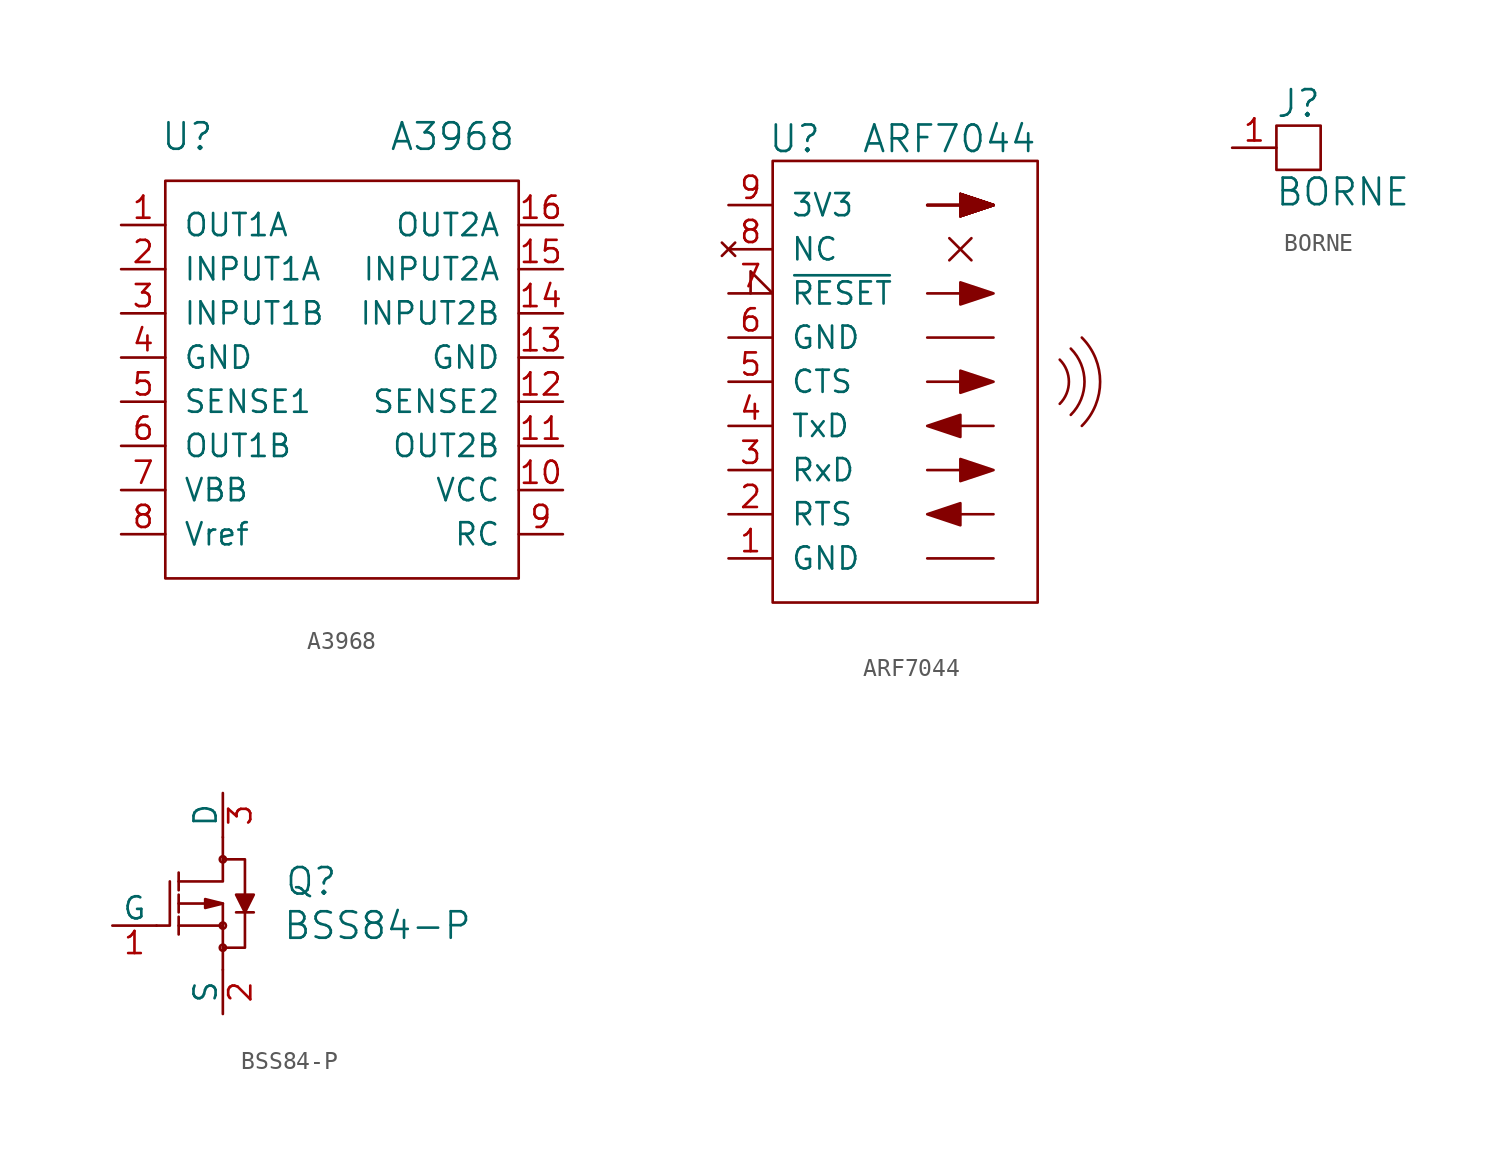
<source format=kicad_sym>
(kicad_symbol_lib
  (version 20211014)
  (generator kicad_symbol_editor)
  (symbol "A3968"
    (pin_names
      (offset 1.016))
    (property "Reference" "U"
      (at -8.89 13.97 0)
      (effects (font (size 1.524 1.524))))
    (property "Value" "A3968"
      (at 6.35 13.97 0)
      (effects (font (size 1.524 1.524))))
    (property "Footprint" ""
      (at 0 0 0)
      (effects (font (size 1.524 1.524))))
    (property "Datasheet" ""
      (at 0 0 0)
      (effects (font (size 1.524 1.524))))
    (symbol "A3968_0_1"
      (rectangle (start -10.16 11.43) (end 10.16 -11.43) (stroke (width 0) (type default) (color 0 0 0 0)) (fill (type none))))
    (symbol "A3968_1_1"
      (pin output line (at -12.7 8.89 0) (length 2.54) (name "OUT1A" (effects (font (size 1.27 1.27)))) (number "1" (effects (font (size 1.27 1.27)))))
      (pin power_in line (at 12.7 -6.35 180) (length 2.54) (name "VCC" (effects (font (size 1.27 1.27)))) (number "10" (effects (font (size 1.27 1.27)))))
      (pin output line (at 12.7 -3.81 180) (length 2.54) (name "OUT2B" (effects (font (size 1.27 1.27)))) (number "11" (effects (font (size 1.27 1.27)))))
      (pin passive line (at 12.7 -1.27 180) (length 2.54) (name "SENSE2" (effects (font (size 1.27 1.27)))) (number "12" (effects (font (size 1.27 1.27)))))
      (pin power_in line (at 12.7 1.27 180) (length 2.54) (name "GND" (effects (font (size 1.27 1.27)))) (number "13" (effects (font (size 1.27 1.27)))))
      (pin input line (at 12.7 3.81 180) (length 2.54) (name "INPUT2B" (effects (font (size 1.27 1.27)))) (number "14" (effects (font (size 1.27 1.27)))))
      (pin input line (at 12.7 6.35 180) (length 2.54) (name "INPUT2A" (effects (font (size 1.27 1.27)))) (number "15" (effects (font (size 1.27 1.27)))))
      (pin output line (at 12.7 8.89 180) (length 2.54) (name "OUT2A" (effects (font (size 1.27 1.27)))) (number "16" (effects (font (size 1.27 1.27)))))
      (pin input line (at -12.7 6.35 0) (length 2.54) (name "INPUT1A" (effects (font (size 1.27 1.27)))) (number "2" (effects (font (size 1.27 1.27)))))
      (pin input line (at -12.7 3.81 0) (length 2.54) (name "INPUT1B" (effects (font (size 1.27 1.27)))) (number "3" (effects (font (size 1.27 1.27)))))
      (pin power_in line (at -12.7 1.27 0) (length 2.54) (name "GND" (effects (font (size 1.27 1.27)))) (number "4" (effects (font (size 1.27 1.27)))))
      (pin passive line (at -12.7 -1.27 0) (length 2.54) (name "SENSE1" (effects (font (size 1.27 1.27)))) (number "5" (effects (font (size 1.27 1.27)))))
      (pin output line (at -12.7 -3.81 0) (length 2.54) (name "OUT1B" (effects (font (size 1.27 1.27)))) (number "6" (effects (font (size 1.27 1.27)))))
      (pin power_in line (at -12.7 -6.35 0) (length 2.54) (name "VBB" (effects (font (size 1.27 1.27)))) (number "7" (effects (font (size 1.27 1.27)))))
      (pin passive line (at -12.7 -8.89 0) (length 2.54) (name "Vref" (effects (font (size 1.27 1.27)))) (number "8" (effects (font (size 1.27 1.27)))))
      (pin passive line (at 12.7 -8.89 180) (length 2.54) (name "RC" (effects (font (size 1.27 1.27)))) (number "9" (effects (font (size 1.27 1.27)))))))
  (symbol "ARF7044"
    (pin_names
      (offset 1.016))
    (property "Reference" "U"
      (at -6.35 13.97 0)
      (effects (font (size 1.524 1.524))))
    (property "Value" "ARF7044"
      (at 2.54 13.97 0)
      (effects (font (size 1.524 1.524))))
    (property "Footprint" ""
      (at 0 0 0)
      (effects (font (size 1.524 1.524))))
    (property "Datasheet" ""
      (at 0 0 0)
      (effects (font (size 1.524 1.524))))
    (symbol "ARF7044_0_1"
      (rectangle (start -7.62 12.7) (end 7.62 -12.7) (stroke (width 0) (type default) (color 0 0 0 0)) (fill (type none)))
      (polyline (pts (xy 1.27 -10.16) (xy 5.08 -10.16)) (stroke (width 0) (type default) (color 0 0 0 0)) (fill (type none)))
      (polyline (pts (xy 1.27 2.54) (xy 5.08 2.54)) (stroke (width 0) (type default) (color 0 0 0 0)) (fill (type none)))
      (polyline (pts (xy 1.27 10.16) (xy 5.08 10.16)) (stroke (width 0) (type default) (color 0 0 0 0)) (fill (type none)))
      (polyline (pts (xy 1.27 10.16) (xy 5.08 10.16)) (stroke (width 0) (type default) (color 0 0 0 0)) (fill (type none)))
      (polyline (pts (xy 1.27 10.16) (xy 5.08 10.16)) (stroke (width 0) (type default) (color 0 0 0 0)) (fill (type none)))
      (polyline (pts (xy 1.27 10.16) (xy 5.08 10.16)) (stroke (width 0) (type default) (color 0 0 0 0)) (fill (type none)))
      (polyline (pts (xy 2.54 6.985) (xy 3.81 8.255)) (stroke (width 0) (type default) (color 0 0 0 0)) (fill (type none)))
      (polyline (pts (xy 2.54 8.255) (xy 3.81 6.985)) (stroke (width 0) (type default) (color 0 0 0 0)) (fill (type none)))
      (polyline (pts (xy 5.08 10.16) (xy 3.175 10.795) (xy 3.175 9.525) (xy 5.08 10.16)) (stroke (width 0) (type default) (color 0 0 0 0)) (fill (type outline)))
      (polyline (pts (xy 5.08 10.16) (xy 3.175 10.795) (xy 3.175 9.525) (xy 5.08 10.16)) (stroke (width 0) (type default) (color 0 0 0 0)) (fill (type outline)))
      (polyline (pts (xy 5.08 10.16) (xy 3.175 10.795) (xy 3.175 9.525) (xy 5.08 10.16)) (stroke (width 0) (type default) (color 0 0 0 0)) (fill (type outline)))
      (polyline (pts (xy 5.08 10.16) (xy 3.175 10.795) (xy 3.175 9.525) (xy 5.08 10.16)) (stroke (width 0) (type default) (color 0 0 0 0)) (fill (type outline)))
      (polyline (pts (xy 5.08 10.16) (xy 3.175 10.795) (xy 3.175 9.525) (xy 5.08 10.16)) (stroke (width 0) (type default) (color 0 0 0 0)) (fill (type outline)))
      (polyline (pts (xy 5.08 10.16) (xy 3.175 10.795) (xy 3.175 9.525) (xy 5.08 10.16)) (stroke (width 0) (type default) (color 0 0 0 0)) (fill (type outline)))
      (polyline (pts (xy 5.08 10.16) (xy 3.175 10.795) (xy 3.175 9.525) (xy 5.08 10.16)) (stroke (width 0) (type default) (color 0 0 0 0)) (fill (type outline)))
      (polyline (pts (xy 5.08 10.16) (xy 3.175 10.795) (xy 3.175 9.525) (xy 5.08 10.16)) (stroke (width 0) (type default) (color 0 0 0 0)) (fill (type outline)))
      (polyline (pts (xy 1.27 -5.08) (xy 5.08 -5.08) (xy 3.175 -4.445) (xy 3.175 -5.715) (xy 5.08 -5.08)) (stroke (width 0) (type default) (color 0 0 0 0)) (fill (type outline)))
      (polyline (pts (xy 1.27 0) (xy 5.08 0) (xy 3.175 0.635) (xy 3.175 -0.635) (xy 5.08 0)) (stroke (width 0) (type default) (color 0 0 0 0)) (fill (type outline)))
      (polyline (pts (xy 1.27 5.08) (xy 5.08 5.08) (xy 3.175 5.715) (xy 3.175 4.445) (xy 5.08 5.08)) (stroke (width 0) (type default) (color 0 0 0 0)) (fill (type outline)))
      (polyline (pts (xy 5.08 -7.62) (xy 1.27 -7.62) (xy 3.175 -6.985) (xy 3.175 -8.255) (xy 1.27 -7.62)) (stroke (width 0) (type default) (color 0 0 0 0)) (fill (type outline)))
      (polyline (pts (xy 5.08 -2.54) (xy 1.27 -2.54) (xy 3.175 -1.905) (xy 3.175 -3.175) (xy 1.27 -2.54)) (stroke (width 0) (type default) (color 0 0 0 0)) (fill (type outline)))
      (arc (start 8.89 -1.27) (mid 9.4161 0) (end 8.89 1.27) (stroke (width 0) (type default) (color 0 0 0 0)) (fill (type none)))
      (arc (start 9.525 -1.905) (mid 10.3141 0) (end 9.525 1.905) (stroke (width 0) (type default) (color 0 0 0 0)) (fill (type none)))
      (arc (start 10.16 -2.54) (mid 11.2121 0) (end 10.16 2.54) (stroke (width 0) (type default) (color 0 0 0 0)) (fill (type none))))
    (symbol "ARF7044_1_1"
      (pin passive line (at -10.16 -10.16 0) (length 2.54) (name "GND" (effects (font (size 1.27 1.27)))) (number "1" (effects (font (size 1.27 1.27)))))
      (pin output line (at -10.16 -7.62 0) (length 2.54) (name "RTS" (effects (font (size 1.27 1.27)))) (number "2" (effects (font (size 1.27 1.27)))))
      (pin input line (at -10.16 -5.08 0) (length 2.54) (name "RxD" (effects (font (size 1.27 1.27)))) (number "3" (effects (font (size 1.27 1.27)))))
      (pin output line (at -10.16 -2.54 0) (length 2.54) (name "TxD" (effects (font (size 1.27 1.27)))) (number "4" (effects (font (size 1.27 1.27)))))
      (pin input line (at -10.16 0 0) (length 2.54) (name "CTS" (effects (font (size 1.27 1.27)))) (number "5" (effects (font (size 1.27 1.27)))))
      (pin passive line (at -10.16 2.54 0) (length 2.54) (name "GND" (effects (font (size 1.27 1.27)))) (number "6" (effects (font (size 1.27 1.27)))))
      (pin input input_low (at -10.16 5.08 0) (length 2.54) (name "~{RESET}" (effects (font (size 1.27 1.27)))) (number "7" (effects (font (size 1.27 1.27)))))
      (pin no_connect line (at -10.16 7.62 0) (length 2.54) (name "NC" (effects (font (size 1.27 1.27)))) (number "8" (effects (font (size 1.27 1.27)))))
      (pin power_in line (at -10.16 10.16 0) (length 2.54) (name "3V3" (effects (font (size 1.27 1.27)))) (number "9" (effects (font (size 1.27 1.27)))))))
  (symbol "BORNE"
    (pin_names
      (offset 1.016) hide)
    (property "Reference" "J"
      (at 0 2.54 0)
      (effects (font (size 1.524 1.524))))
    (property "Value" "BORNE"
      (at 2.54 -2.54 0)
      (effects (font (size 1.524 1.524))))
    (property "Footprint" ""
      (at 0 0 0)
      (effects (font (size 1.524 1.524))))
    (property "Datasheet" ""
      (at 0 0 0)
      (effects (font (size 1.524 1.524))))
    (symbol "BORNE_0_1"
      (rectangle (start -1.27 1.27) (end 1.27 -1.27) (stroke (width 0) (type default) (color 0 0 0 0)) (fill (type none))))
    (symbol "BORNE_1_1"
      (pin passive line (at -3.81 0 0) (length 2.54) (name "~" (effects (font (size 1.27 1.27)))) (number "1" (effects (font (size 1.27 1.27)))))))
  (symbol "BSS84-P"
    (pin_names
      (offset 0))
    (property "Reference" "Q"
      (at 5.08 1.27 0)
      (effects (font (size 1.524 1.524))))
    (property "Value" "BSS84-P"
      (at 8.89 -1.27 0)
      (effects (font (size 1.524 1.524))))
    (property "Footprint" ""
      (at 0 0 0)
      (effects (font (size 1.524 1.524))))
    (property "Datasheet" ""
      (at 0 0 0)
      (effects (font (size 1.524 1.524))))
    (symbol "BSS84-P_0_1"
      (circle (center 0 -2.54) (radius 0.178) (stroke (width 0) (type default) (color 0 0 0 0)) (fill (type none)))
      (circle (center 0 -1.27) (radius 0.178) (stroke (width 0) (type default) (color 0 0 0 0)) (fill (type none)))
      (polyline (pts (xy -2.54 -0.762) (xy -2.54 -1.778)) (stroke (width 0) (type default) (color 0 0 0 0)) (fill (type none)))
      (polyline (pts (xy -2.54 0.508) (xy -2.54 -0.508)) (stroke (width 0) (type default) (color 0 0 0 0)) (fill (type none)))
      (polyline (pts (xy -2.54 1.778) (xy -2.54 0.762)) (stroke (width 0) (type default) (color 0 0 0 0)) (fill (type none)))
      (polyline (pts (xy 0.762 -0.508) (xy 1.778 -0.508)) (stroke (width 0) (type default) (color 0 0 0 0)) (fill (type none)))
      (polyline (pts (xy -3.81 -1.27) (xy -3.048 -1.27) (xy -3.048 1.27)) (stroke (width 0) (type default) (color 0 0 0 0)) (fill (type none)))
      (polyline (pts (xy -2.54 -1.27) (xy 0 -1.27) (xy 0 -3.81)) (stroke (width 0) (type default) (color 0 0 0 0)) (fill (type none)))
      (polyline (pts (xy -2.54 0) (xy 0 0) (xy 0 -1.27)) (stroke (width 0) (type default) (color 0 0 0 0)) (fill (type none)))
      (polyline (pts (xy 0 3.81) (xy 0 1.27) (xy -2.54 1.27)) (stroke (width 0) (type default) (color 0 0 0 0)) (fill (type none)))
      (polyline (pts (xy 0 0) (xy -1.016 0.254) (xy -1.016 -0.254) (xy 0 0)) (stroke (width 0) (type default) (color 0 0 0 0)) (fill (type outline)))
      (polyline (pts (xy 0 2.54) (xy 1.27 2.54) (xy 1.27 -2.54) (xy 0 -2.54)) (stroke (width 0) (type default) (color 0 0 0 0)) (fill (type none)))
      (polyline (pts (xy 1.27 -0.508) (xy 0.762 0.508) (xy 1.778 0.508) (xy 1.27 -0.508)) (stroke (width 0) (type default) (color 0 0 0 0)) (fill (type outline)))
      (circle (center 0 2.54) (radius 0.178) (stroke (width 0) (type default) (color 0 0 0 0)) (fill (type none))))
    (symbol "BSS84-P_1_1"
      (pin unspecified line (at -6.35 -1.27 0) (length 2.54) (name "G" (effects (font (size 1.27 1.27)))) (number "1" (effects (font (size 1.27 1.27)))))
      (pin unspecified line (at 0 -6.35 90) (length 2.54) (name "S" (effects (font (size 1.27 1.27)))) (number "2" (effects (font (size 1.27 1.27)))))
      (pin unspecified line (at 0 6.35 270) (length 2.54) (name "D" (effects (font (size 1.27 1.27)))) (number "3" (effects (font (size 1.27 1.27))))))))
</source>
